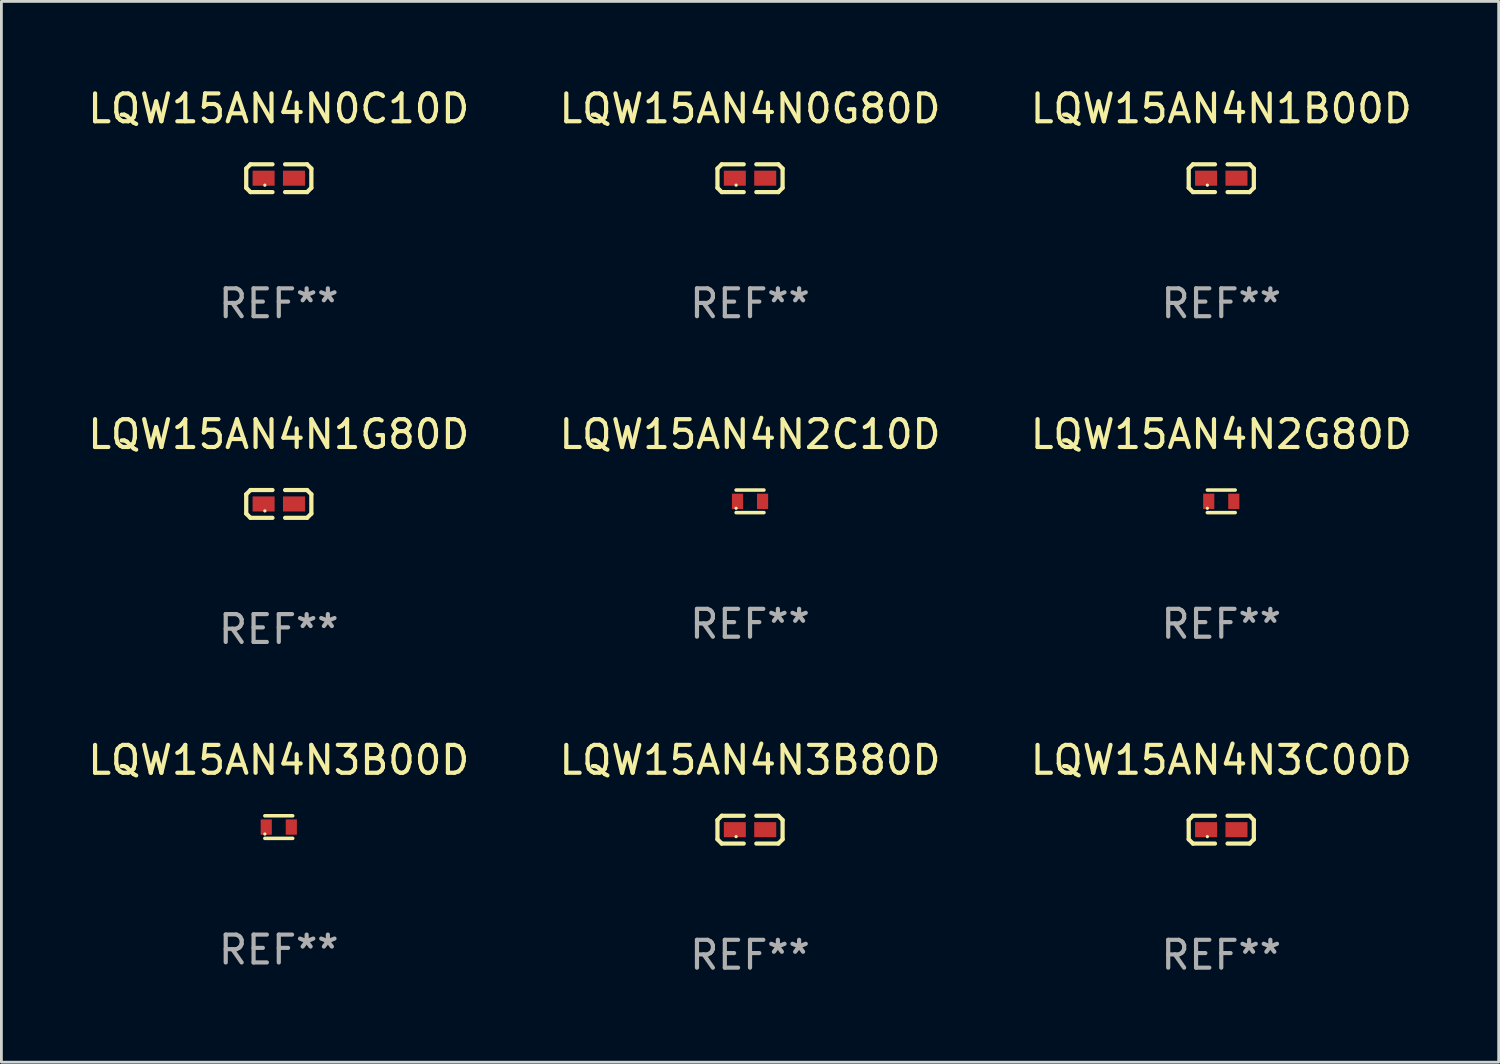
<source format=kicad_pcb>
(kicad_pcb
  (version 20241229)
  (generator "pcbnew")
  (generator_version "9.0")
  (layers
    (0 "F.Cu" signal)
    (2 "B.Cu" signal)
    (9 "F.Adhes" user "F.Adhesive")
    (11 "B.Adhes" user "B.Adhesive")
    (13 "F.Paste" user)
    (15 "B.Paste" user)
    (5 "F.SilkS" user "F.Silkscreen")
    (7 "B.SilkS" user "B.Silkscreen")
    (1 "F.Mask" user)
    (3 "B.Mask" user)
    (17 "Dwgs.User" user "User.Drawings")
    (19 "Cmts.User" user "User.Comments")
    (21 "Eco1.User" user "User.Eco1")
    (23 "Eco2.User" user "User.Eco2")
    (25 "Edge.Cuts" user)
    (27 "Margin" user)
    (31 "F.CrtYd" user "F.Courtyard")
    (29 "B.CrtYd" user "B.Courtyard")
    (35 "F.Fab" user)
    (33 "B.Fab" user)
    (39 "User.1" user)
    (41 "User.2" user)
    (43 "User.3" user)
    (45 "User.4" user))
  (footprint "LQW15AN4N0G80D"
    (layer "F.Cu")
    (at 23.875 3.347)
    (property "Reference" "LQW15AN4N0G80D" (at 0 -2.499 0) (layer "F.SilkS") (effects (font (size 1 1) (thickness 0.15))))
    (attr through_hole)
    (fp_line (start -1.169 -0.346) (end -1.016 -0.499) (stroke (width 0.152) (type solid)) (layer "F.SilkS"))
    (fp_line (start -1.169 0.346) (end -1.169 -0.346) (stroke (width 0.152) (type solid)) (layer "F.SilkS"))
    (fp_line (start -1.016 -0.499) (end -0.226 -0.499) (stroke (width 0.152) (type solid)) (layer "F.SilkS"))
    (fp_line (start -1.016 0.499) (end -1.169 0.346) (stroke (width 0.152) (type solid)) (layer "F.SilkS"))
    (fp_line (start -0.226 0.499) (end -1.016 0.499) (stroke (width 0.152) (type solid)) (layer "F.SilkS"))
    (fp_line (start 0.226 0.499) (end 1.016 0.499) (stroke (width 0.152) (type solid)) (layer "F.SilkS"))
    (fp_line (start 1.016 -0.499) (end 0.226 -0.499) (stroke (width 0.152) (type solid)) (layer "F.SilkS"))
    (fp_line (start 1.016 0.499) (end 1.169 0.346) (stroke (width 0.152) (type solid)) (layer "F.SilkS"))
    (fp_line (start 1.169 -0.346) (end 1.016 -0.499) (stroke (width 0.152) (type solid)) (layer "F.SilkS"))
    (fp_line (start 1.169 0.346) (end 1.169 -0.346) (stroke (width 0.152) (type solid)) (layer "F.SilkS"))
    (fp_circle (center -0.5 0.25) (end -0.47 0.25) (stroke (width 0.06) (type solid)) (fill no) (layer "F.SilkS"))
    (fp_text user "REF**" (at 0 4.499 0) (layer "F.Fab") (effects (font (size 1 1) (thickness 0.15))))
    (pad "1" smd rect (at -0.545 0) (size 0.79 0.54) (layers "F.Cu" "F.Mask" "F.Paste"))
    (pad "2" smd rect (at 0.545 0) (size 0.79 0.54) (layers "F.Cu" "F.Mask" "F.Paste")))
  (footprint "LQW15AN4N3B80D"
    (layer "F.Cu")
    (at 23.875 26.734)
    (property "Reference" "LQW15AN4N3B80D" (at 0 -2.499 0) (layer "F.SilkS") (effects (font (size 1 1) (thickness 0.15))))
    (attr through_hole)
    (fp_line (start -1.169 -0.346) (end -1.016 -0.499) (stroke (width 0.152) (type solid)) (layer "F.SilkS"))
    (fp_line (start -1.169 0.346) (end -1.169 -0.346) (stroke (width 0.152) (type solid)) (layer "F.SilkS"))
    (fp_line (start -1.016 -0.499) (end -0.226 -0.499) (stroke (width 0.152) (type solid)) (layer "F.SilkS"))
    (fp_line (start -1.016 0.499) (end -1.169 0.346) (stroke (width 0.152) (type solid)) (layer "F.SilkS"))
    (fp_line (start -0.226 0.499) (end -1.016 0.499) (stroke (width 0.152) (type solid)) (layer "F.SilkS"))
    (fp_line (start 0.226 0.499) (end 1.016 0.499) (stroke (width 0.152) (type solid)) (layer "F.SilkS"))
    (fp_line (start 1.016 -0.499) (end 0.226 -0.499) (stroke (width 0.152) (type solid)) (layer "F.SilkS"))
    (fp_line (start 1.016 0.499) (end 1.169 0.346) (stroke (width 0.152) (type solid)) (layer "F.SilkS"))
    (fp_line (start 1.169 -0.346) (end 1.016 -0.499) (stroke (width 0.152) (type solid)) (layer "F.SilkS"))
    (fp_line (start 1.169 0.346) (end 1.169 -0.346) (stroke (width 0.152) (type solid)) (layer "F.SilkS"))
    (fp_circle (center -0.5 0.25) (end -0.47 0.25) (stroke (width 0.06) (type solid)) (fill no) (layer "F.SilkS"))
    (fp_text user "REF**" (at 0 4.499 0) (layer "F.Fab") (effects (font (size 1 1) (thickness 0.15))))
    (pad "1" smd rect (at -0.545 0) (size 0.79 0.54) (layers "F.Cu" "F.Mask" "F.Paste"))
    (pad "2" smd rect (at 0.545 0) (size 0.79 0.54) (layers "F.Cu" "F.Mask" "F.Paste")))
  (footprint "LQW15AN4N0C10D"
    (layer "F.Cu")
    (at 6.958 3.347)
    (property "Reference" "LQW15AN4N0C10D" (at 0 -2.499 0) (layer "F.SilkS") (effects (font (size 1 1) (thickness 0.15))))
    (attr through_hole)
    (fp_line (start -1.169 -0.346) (end -1.016 -0.499) (stroke (width 0.152) (type solid)) (layer "F.SilkS"))
    (fp_line (start -1.169 0.346) (end -1.169 -0.346) (stroke (width 0.152) (type solid)) (layer "F.SilkS"))
    (fp_line (start -1.016 -0.499) (end -0.226 -0.499) (stroke (width 0.152) (type solid)) (layer "F.SilkS"))
    (fp_line (start -1.016 0.499) (end -1.169 0.346) (stroke (width 0.152) (type solid)) (layer "F.SilkS"))
    (fp_line (start -0.226 0.499) (end -1.016 0.499) (stroke (width 0.152) (type solid)) (layer "F.SilkS"))
    (fp_line (start 0.226 0.499) (end 1.016 0.499) (stroke (width 0.152) (type solid)) (layer "F.SilkS"))
    (fp_line (start 1.016 -0.499) (end 0.226 -0.499) (stroke (width 0.152) (type solid)) (layer "F.SilkS"))
    (fp_line (start 1.016 0.499) (end 1.169 0.346) (stroke (width 0.152) (type solid)) (layer "F.SilkS"))
    (fp_line (start 1.169 -0.346) (end 1.016 -0.499) (stroke (width 0.152) (type solid)) (layer "F.SilkS"))
    (fp_line (start 1.169 0.346) (end 1.169 -0.346) (stroke (width 0.152) (type solid)) (layer "F.SilkS"))
    (fp_circle (center -0.5 0.25) (end -0.47 0.25) (stroke (width 0.06) (type solid)) (fill no) (layer "F.SilkS"))
    (fp_text user "REF**" (at 0 4.499 0) (layer "F.Fab") (effects (font (size 1 1) (thickness 0.15))))
    (pad "1" smd rect (at -0.545 0) (size 0.79 0.54) (layers "F.Cu" "F.Mask" "F.Paste"))
    (pad "2" smd rect (at 0.545 0) (size 0.79 0.54) (layers "F.Cu" "F.Mask" "F.Paste")))
  (footprint "LQW15AN4N2C10D"
    (layer "F.Cu")
    (at 23.875 14.947)
    (property "Reference" "LQW15AN4N2C10D" (at 0 -2.405 0) (layer "F.SilkS") (effects (font (size 1 1) (thickness 0.15))))
    (attr through_hole)
    (fp_line (start -0.5 -0.405) (end 0.5 -0.405) (stroke (width 0.127) (type solid)) (layer "F.SilkS"))
    (fp_line (start -0.5 0.405) (end 0.5 0.405) (stroke (width 0.127) (type solid)) (layer "F.SilkS"))
    (fp_circle (center -0.5 0.25) (end -0.47 0.25) (stroke (width 0.06) (type solid)) (fill no) (layer "F.SilkS"))
    (fp_text user "REF**" (at 0 4.405 0) (layer "F.Fab") (effects (font (size 1 1) (thickness 0.15))))
    (pad "1" smd rect (at -0.45 0 90) (size 0.55 0.4) (layers "F.Cu" "F.Mask" "F.Paste"))
    (pad "2" smd rect (at 0.45 0 90) (size 0.55 0.4) (layers "F.Cu" "F.Mask" "F.Paste")))
  (footprint "LQW15AN4N1G80D"
    (layer "F.Cu")
    (at 6.958 15.041)
    (property "Reference" "LQW15AN4N1G80D" (at 0 -2.499 0) (layer "F.SilkS") (effects (font (size 1 1) (thickness 0.15))))
    (attr through_hole)
    (fp_line (start -1.169 -0.346) (end -1.016 -0.499) (stroke (width 0.152) (type solid)) (layer "F.SilkS"))
    (fp_line (start -1.169 0.346) (end -1.169 -0.346) (stroke (width 0.152) (type solid)) (layer "F.SilkS"))
    (fp_line (start -1.016 -0.499) (end -0.226 -0.499) (stroke (width 0.152) (type solid)) (layer "F.SilkS"))
    (fp_line (start -1.016 0.499) (end -1.169 0.346) (stroke (width 0.152) (type solid)) (layer "F.SilkS"))
    (fp_line (start -0.226 0.499) (end -1.016 0.499) (stroke (width 0.152) (type solid)) (layer "F.SilkS"))
    (fp_line (start 0.226 0.499) (end 1.016 0.499) (stroke (width 0.152) (type solid)) (layer "F.SilkS"))
    (fp_line (start 1.016 -0.499) (end 0.226 -0.499) (stroke (width 0.152) (type solid)) (layer "F.SilkS"))
    (fp_line (start 1.016 0.499) (end 1.169 0.346) (stroke (width 0.152) (type solid)) (layer "F.SilkS"))
    (fp_line (start 1.169 -0.346) (end 1.016 -0.499) (stroke (width 0.152) (type solid)) (layer "F.SilkS"))
    (fp_line (start 1.169 0.346) (end 1.169 -0.346) (stroke (width 0.152) (type solid)) (layer "F.SilkS"))
    (fp_circle (center -0.5 0.25) (end -0.47 0.25) (stroke (width 0.06) (type solid)) (fill no) (layer "F.SilkS"))
    (fp_text user "REF**" (at 0 4.499 0) (layer "F.Fab") (effects (font (size 1 1) (thickness 0.15))))
    (pad "1" smd rect (at -0.545 0) (size 0.79 0.54) (layers "F.Cu" "F.Mask" "F.Paste"))
    (pad "2" smd rect (at 0.545 0) (size 0.79 0.54) (layers "F.Cu" "F.Mask" "F.Paste")))
  (footprint "LQW15AN4N2G80D"
    (layer "F.Cu")
    (at 40.792 14.947)
    (property "Reference" "LQW15AN4N2G80D" (at 0 -2.405 0) (layer "F.SilkS") (effects (font (size 1 1) (thickness 0.15))))
    (attr through_hole)
    (fp_line (start -0.5 -0.405) (end 0.5 -0.405) (stroke (width 0.127) (type solid)) (layer "F.SilkS"))
    (fp_line (start -0.5 0.405) (end 0.5 0.405) (stroke (width 0.127) (type solid)) (layer "F.SilkS"))
    (fp_circle (center -0.5 0.25) (end -0.47 0.25) (stroke (width 0.06) (type solid)) (fill no) (layer "F.SilkS"))
    (fp_text user "REF**" (at 0 4.405 0) (layer "F.Fab") (effects (font (size 1 1) (thickness 0.15))))
    (pad "1" smd rect (at -0.45 0 90) (size 0.55 0.4) (layers "F.Cu" "F.Mask" "F.Paste"))
    (pad "2" smd rect (at 0.45 0 90) (size 0.55 0.4) (layers "F.Cu" "F.Mask" "F.Paste")))
  (footprint "LQW15AN4N3C00D"
    (layer "F.Cu")
    (at 40.792 26.734)
    (property "Reference" "LQW15AN4N3C00D" (at 0 -2.499 0) (layer "F.SilkS") (effects (font (size 1 1) (thickness 0.15))))
    (attr through_hole)
    (fp_line (start -1.169 -0.346) (end -1.016 -0.499) (stroke (width 0.152) (type solid)) (layer "F.SilkS"))
    (fp_line (start -1.169 0.346) (end -1.169 -0.346) (stroke (width 0.152) (type solid)) (layer "F.SilkS"))
    (fp_line (start -1.016 -0.499) (end -0.226 -0.499) (stroke (width 0.152) (type solid)) (layer "F.SilkS"))
    (fp_line (start -1.016 0.499) (end -1.169 0.346) (stroke (width 0.152) (type solid)) (layer "F.SilkS"))
    (fp_line (start -0.226 0.499) (end -1.016 0.499) (stroke (width 0.152) (type solid)) (layer "F.SilkS"))
    (fp_line (start 0.226 0.499) (end 1.016 0.499) (stroke (width 0.152) (type solid)) (layer "F.SilkS"))
    (fp_line (start 1.016 -0.499) (end 0.226 -0.499) (stroke (width 0.152) (type solid)) (layer "F.SilkS"))
    (fp_line (start 1.016 0.499) (end 1.169 0.346) (stroke (width 0.152) (type solid)) (layer "F.SilkS"))
    (fp_line (start 1.169 -0.346) (end 1.016 -0.499) (stroke (width 0.152) (type solid)) (layer "F.SilkS"))
    (fp_line (start 1.169 0.346) (end 1.169 -0.346) (stroke (width 0.152) (type solid)) (layer "F.SilkS"))
    (fp_circle (center -0.5 0.25) (end -0.47 0.25) (stroke (width 0.06) (type solid)) (fill no) (layer "F.SilkS"))
    (fp_text user "REF**" (at 0 4.499 0) (layer "F.Fab") (effects (font (size 1 1) (thickness 0.15))))
    (pad "1" smd rect (at -0.545 0) (size 0.79 0.54) (layers "F.Cu" "F.Mask" "F.Paste"))
    (pad "2" smd rect (at 0.545 0) (size 0.79 0.54) (layers "F.Cu" "F.Mask" "F.Paste")))
  (footprint "LQW15AN4N1B00D"
    (layer "F.Cu")
    (at 40.792 3.347)
    (property "Reference" "LQW15AN4N1B00D" (at 0 -2.499 0) (layer "F.SilkS") (effects (font (size 1 1) (thickness 0.15))))
    (attr through_hole)
    (fp_line (start -1.169 -0.346) (end -1.016 -0.499) (stroke (width 0.152) (type solid)) (layer "F.SilkS"))
    (fp_line (start -1.169 0.346) (end -1.169 -0.346) (stroke (width 0.152) (type solid)) (layer "F.SilkS"))
    (fp_line (start -1.016 -0.499) (end -0.226 -0.499) (stroke (width 0.152) (type solid)) (layer "F.SilkS"))
    (fp_line (start -1.016 0.499) (end -1.169 0.346) (stroke (width 0.152) (type solid)) (layer "F.SilkS"))
    (fp_line (start -0.226 0.499) (end -1.016 0.499) (stroke (width 0.152) (type solid)) (layer "F.SilkS"))
    (fp_line (start 0.226 0.499) (end 1.016 0.499) (stroke (width 0.152) (type solid)) (layer "F.SilkS"))
    (fp_line (start 1.016 -0.499) (end 0.226 -0.499) (stroke (width 0.152) (type solid)) (layer "F.SilkS"))
    (fp_line (start 1.016 0.499) (end 1.169 0.346) (stroke (width 0.152) (type solid)) (layer "F.SilkS"))
    (fp_line (start 1.169 -0.346) (end 1.016 -0.499) (stroke (width 0.152) (type solid)) (layer "F.SilkS"))
    (fp_line (start 1.169 0.346) (end 1.169 -0.346) (stroke (width 0.152) (type solid)) (layer "F.SilkS"))
    (fp_circle (center -0.5 0.25) (end -0.47 0.25) (stroke (width 0.06) (type solid)) (fill no) (layer "F.SilkS"))
    (fp_text user "REF**" (at 0 4.499 0) (layer "F.Fab") (effects (font (size 1 1) (thickness 0.15))))
    (pad "1" smd rect (at -0.545 0) (size 0.79 0.54) (layers "F.Cu" "F.Mask" "F.Paste"))
    (pad "2" smd rect (at 0.545 0) (size 0.79 0.54) (layers "F.Cu" "F.Mask" "F.Paste")))
  (footprint "LQW15AN4N3B00D"
    (layer "F.Cu")
    (at 6.958 26.641)
    (property "Reference" "LQW15AN4N3B00D" (at 0 -2.405 0) (layer "F.SilkS") (effects (font (size 1 1) (thickness 0.15))))
    (attr through_hole)
    (fp_line (start -0.5 -0.405) (end 0.5 -0.405) (stroke (width 0.127) (type solid)) (layer "F.SilkS"))
    (fp_line (start -0.5 0.405) (end 0.5 0.405) (stroke (width 0.127) (type solid)) (layer "F.SilkS"))
    (fp_circle (center -0.5 0.25) (end -0.47 0.25) (stroke (width 0.06) (type solid)) (fill no) (layer "F.SilkS"))
    (fp_text user "REF**" (at 0 4.405 0) (layer "F.Fab") (effects (font (size 1 1) (thickness 0.15))))
    (pad "1" smd rect (at -0.45 0 90) (size 0.55 0.4) (layers "F.Cu" "F.Mask" "F.Paste"))
    (pad "2" smd rect (at 0.45 0 90) (size 0.55 0.4) (layers "F.Cu" "F.Mask" "F.Paste")))
  (gr_rect
    (start -3 -3)
    (end 50.75 35.081)
    (stroke (width 0.1) (type default))
    (fill no)
    (layer "Edge.Cuts")))
</source>
